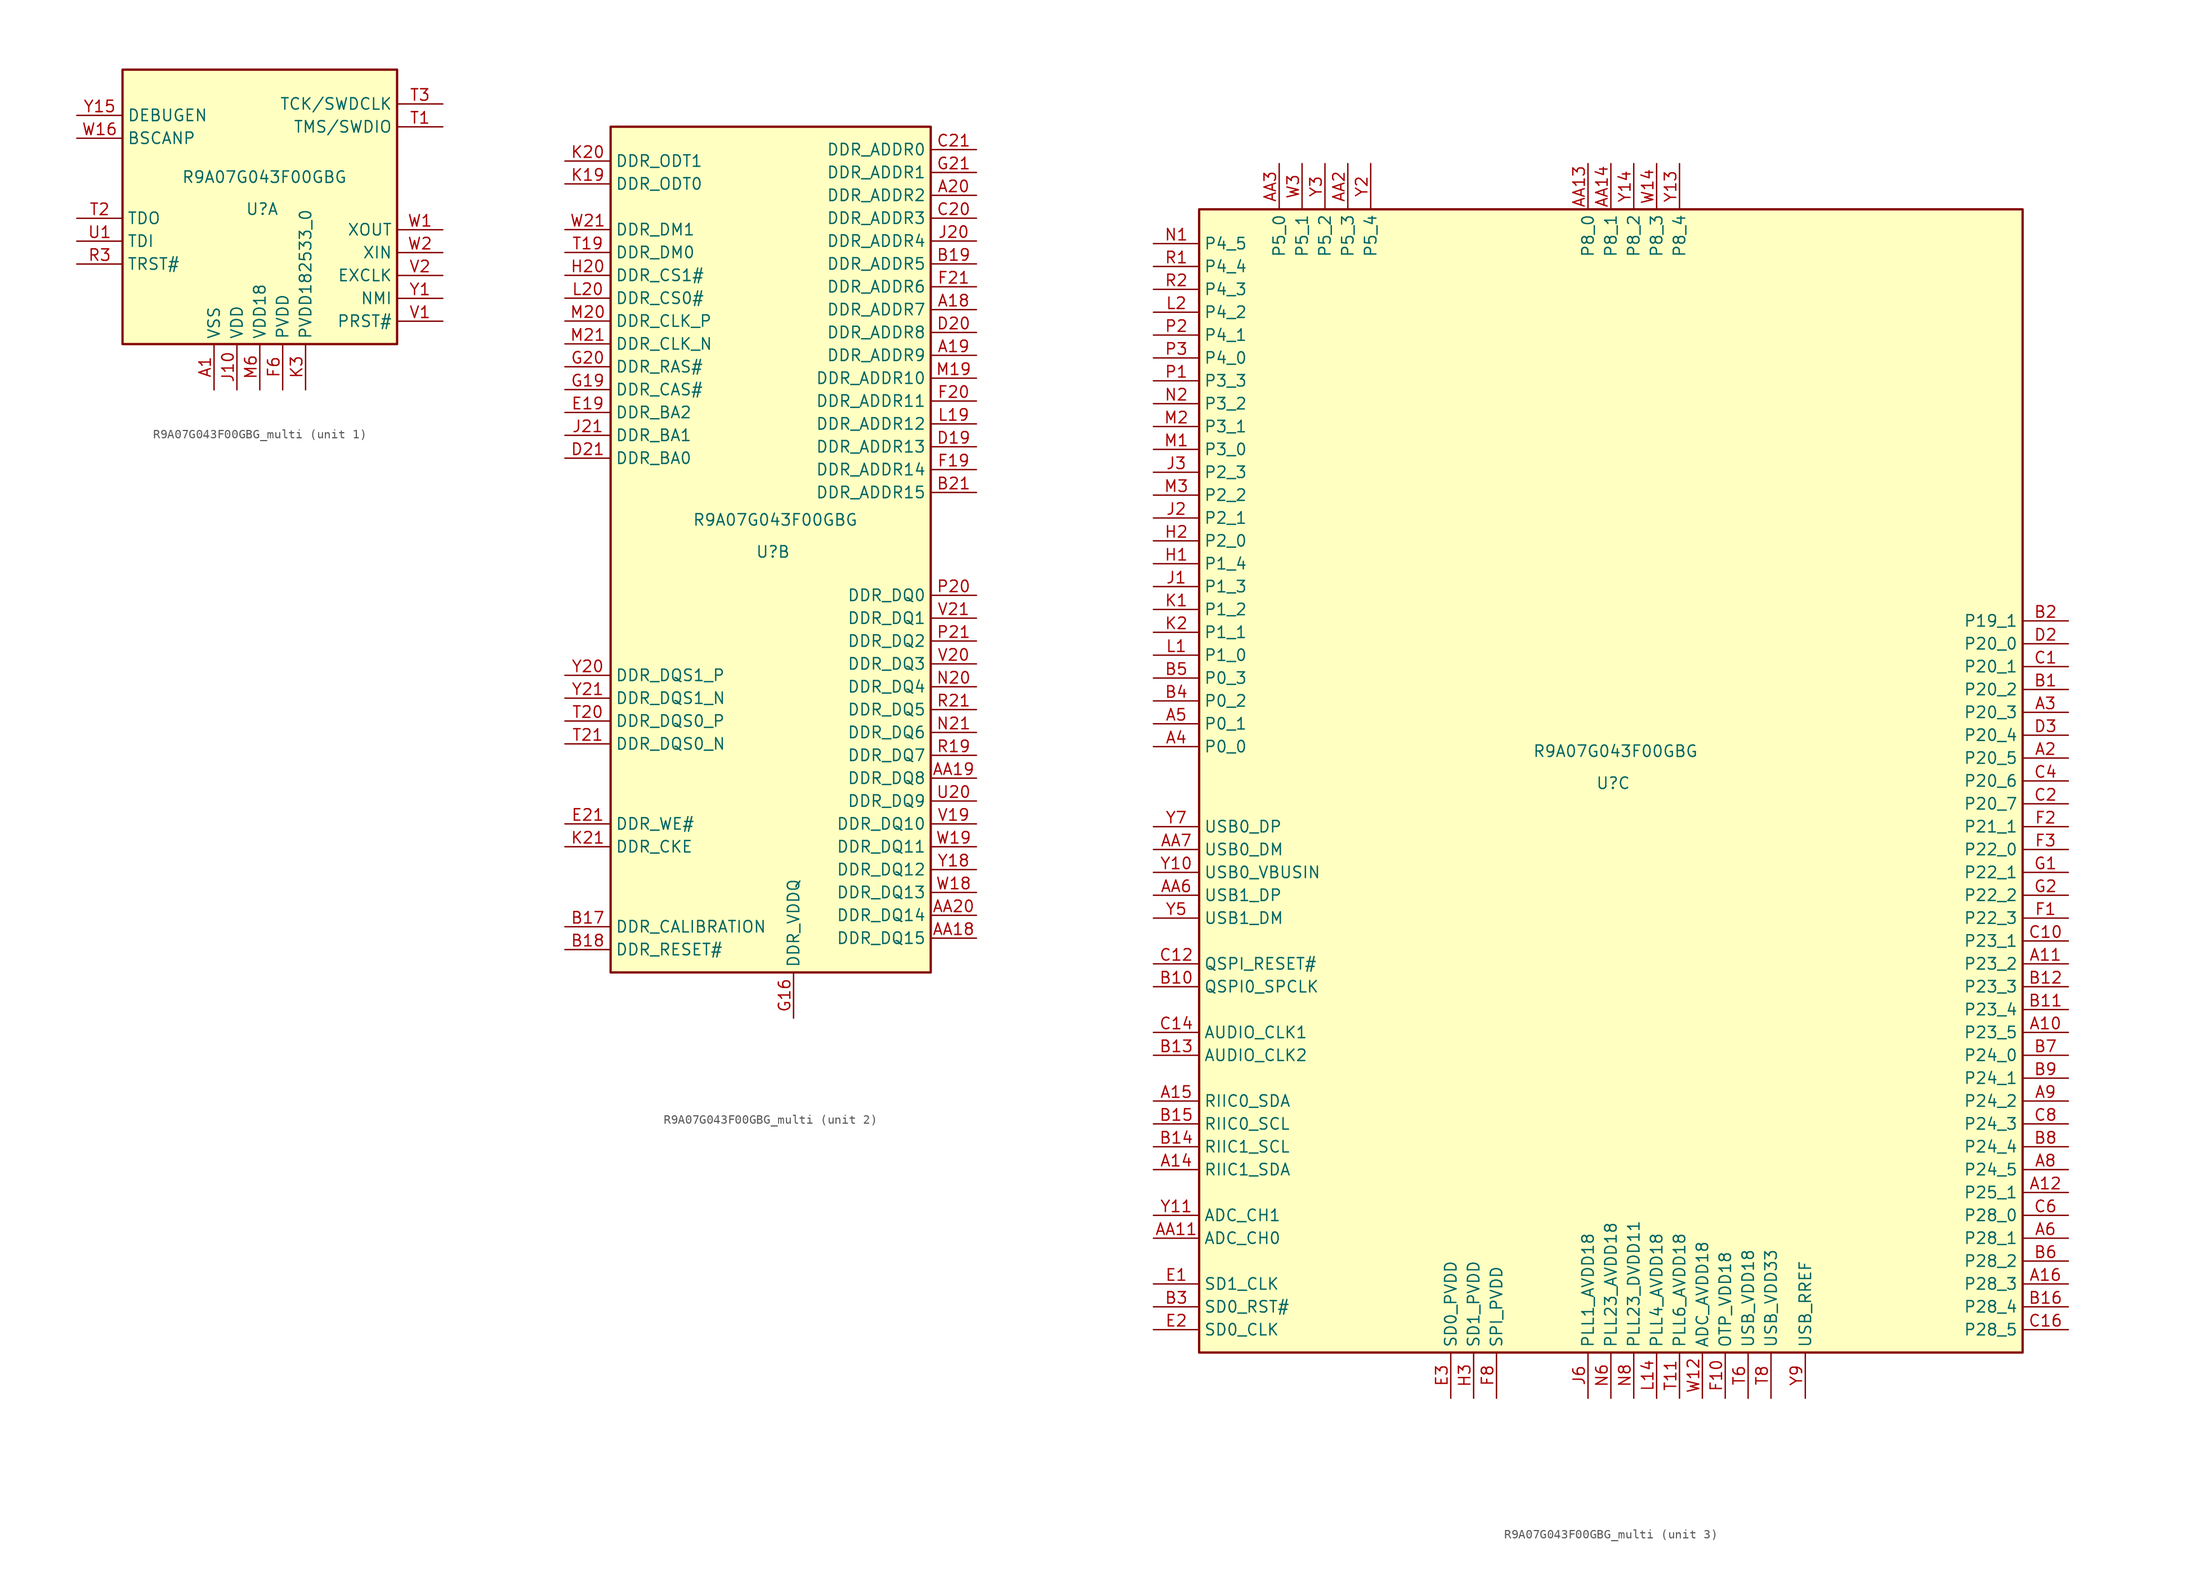
<source format=kicad_sym>
(kicad_symbol_lib
  (version 20231120)
  (generator "kicad_symbol_editor")
  (generator_version "8.0")
  (symbol "R9A07G043F00GBG_multi"
    (property "Reference" "U"
      (at 0.254 -0.254 0)
      (effects (font (size 1.27 1.27))))
    (property "Value" "R9A07G043F00GBG"
      (at 0.508 3.302 0)
      (effects (font (size 1.27 1.27))))
    (property "ki_locked" ""
      (at 0 0 0)
      (effects (font (size 1.27 1.27))))
    (symbol "R9A07G043F00GBG_multi_1_0"
      (pin power_in line (at -5.08 -20.32 90) (length 5.08) (name "VSS" (effects (font (size 1.27 1.27)))) (number "A1" (effects (font (size 1.27 1.27)))))
      (pin passive line (at -5.08 -20.32 90) (length 5.08) hide (name "VSS" (effects (font (size 1.27 1.27)))) (number "A13" (effects (font (size 1.27 1.27)))))
      (pin passive line (at -5.08 -20.32 90) (length 5.08) hide (name "VSS" (effects (font (size 1.27 1.27)))) (number "A17" (effects (font (size 1.27 1.27)))))
      (pin passive line (at -5.08 -20.32 90) (length 5.08) hide (name "VSS" (effects (font (size 1.27 1.27)))) (number "A21" (effects (font (size 1.27 1.27)))))
      (pin passive line (at -5.08 -20.32 90) (length 5.08) hide (name "VSS" (effects (font (size 1.27 1.27)))) (number "A7" (effects (font (size 1.27 1.27)))))
      (pin passive line (at -5.08 -20.32 90) (length 5.08) hide (name "VSS" (effects (font (size 1.27 1.27)))) (number "AA1" (effects (font (size 1.27 1.27)))))
      (pin passive line (at -5.08 -20.32 90) (length 5.08) hide (name "VSS" (effects (font (size 1.27 1.27)))) (number "AA10" (effects (font (size 1.27 1.27)))))
      (pin passive line (at -5.08 -20.32 90) (length 5.08) hide (name "VSS" (effects (font (size 1.27 1.27)))) (number "AA12" (effects (font (size 1.27 1.27)))))
      (pin passive line (at -5.08 -20.32 90) (length 5.08) hide (name "VSS" (effects (font (size 1.27 1.27)))) (number "AA15" (effects (font (size 1.27 1.27)))))
      (pin passive line (at -5.08 -20.32 90) (length 5.08) hide (name "VSS" (effects (font (size 1.27 1.27)))) (number "AA16" (effects (font (size 1.27 1.27)))))
      (pin passive line (at -5.08 -20.32 90) (length 5.08) hide (name "VSS" (effects (font (size 1.27 1.27)))) (number "AA17" (effects (font (size 1.27 1.27)))))
      (pin passive line (at -5.08 -20.32 90) (length 5.08) hide (name "VSS" (effects (font (size 1.27 1.27)))) (number "AA21" (effects (font (size 1.27 1.27)))))
      (pin passive line (at -5.08 -20.32 90) (length 5.08) hide (name "VSS" (effects (font (size 1.27 1.27)))) (number "AA4" (effects (font (size 1.27 1.27)))))
      (pin passive line (at -5.08 -20.32 90) (length 5.08) hide (name "VSS" (effects (font (size 1.27 1.27)))) (number "AA5" (effects (font (size 1.27 1.27)))))
      (pin passive line (at -5.08 -20.32 90) (length 5.08) hide (name "VSS" (effects (font (size 1.27 1.27)))) (number "AA8" (effects (font (size 1.27 1.27)))))
      (pin passive line (at -5.08 -20.32 90) (length 5.08) hide (name "VSS" (effects (font (size 1.27 1.27)))) (number "AA9" (effects (font (size 1.27 1.27)))))
      (pin passive line (at -5.08 -20.32 90) (length 5.08) hide (name "VSS" (effects (font (size 1.27 1.27)))) (number "B20" (effects (font (size 1.27 1.27)))))
      (pin passive line (at -5.08 -20.32 90) (length 5.08) hide (name "VSS" (effects (font (size 1.27 1.27)))) (number "C18" (effects (font (size 1.27 1.27)))))
      (pin passive line (at -5.08 -20.32 90) (length 5.08) hide (name "VSS" (effects (font (size 1.27 1.27)))) (number "C19" (effects (font (size 1.27 1.27)))))
      (pin passive line (at -5.08 -20.32 90) (length 5.08) hide (name "VSS" (effects (font (size 1.27 1.27)))) (number "C3" (effects (font (size 1.27 1.27)))))
      (pin passive line (at -5.08 -20.32 90) (length 5.08) hide (name "VSS" (effects (font (size 1.27 1.27)))) (number "D1" (effects (font (size 1.27 1.27)))))
      (pin passive line (at -5.08 -20.32 90) (length 5.08) hide (name "VSS" (effects (font (size 1.27 1.27)))) (number "E20" (effects (font (size 1.27 1.27)))))
      (pin passive line (at -5.08 -20.32 90) (length 5.08) hide (name "VSS" (effects (font (size 1.27 1.27)))) (number "F11" (effects (font (size 1.27 1.27)))))
      (pin passive line (at 2.54 -20.32 90) (length 5.08) hide (name "PVDD" (effects (font (size 1.27 1.27)))) (number "F12" (effects (font (size 1.27 1.27)))))
      (pin passive line (at -5.08 -20.32 90) (length 5.08) hide (name "VSS" (effects (font (size 1.27 1.27)))) (number "F13" (effects (font (size 1.27 1.27)))))
      (pin passive line (at 2.54 -20.32 90) (length 5.08) hide (name "PVDD" (effects (font (size 1.27 1.27)))) (number "F14" (effects (font (size 1.27 1.27)))))
      (pin passive line (at -5.08 -20.32 90) (length 5.08) hide (name "VSS" (effects (font (size 1.27 1.27)))) (number "F15" (effects (font (size 1.27 1.27)))))
      (pin passive line (at -5.08 -20.32 90) (length 5.08) hide (name "VSS" (effects (font (size 1.27 1.27)))) (number "F16" (effects (font (size 1.27 1.27)))))
      (pin power_in line (at 2.54 -20.32 90) (length 5.08) (name "PVDD" (effects (font (size 1.27 1.27)))) (number "F6" (effects (font (size 1.27 1.27)))))
      (pin passive line (at -5.08 -20.32 90) (length 5.08) hide (name "VSS" (effects (font (size 1.27 1.27)))) (number "F7" (effects (font (size 1.27 1.27)))))
      (pin passive line (at -5.08 -20.32 90) (length 5.08) hide (name "VSS" (effects (font (size 1.27 1.27)))) (number "F9" (effects (font (size 1.27 1.27)))))
      (pin passive line (at -5.08 -20.32 90) (length 5.08) hide (name "VSS" (effects (font (size 1.27 1.27)))) (number "G3" (effects (font (size 1.27 1.27)))))
      (pin passive line (at -5.08 -20.32 90) (length 5.08) hide (name "VSS" (effects (font (size 1.27 1.27)))) (number "G6" (effects (font (size 1.27 1.27)))))
      (pin passive line (at -5.08 -20.32 90) (length 5.08) hide (name "VSS" (effects (font (size 1.27 1.27)))) (number "H11" (effects (font (size 1.27 1.27)))))
      (pin passive line (at -5.08 -20.32 90) (length 5.08) hide (name "VSS" (effects (font (size 1.27 1.27)))) (number "H13" (effects (font (size 1.27 1.27)))))
      (pin passive line (at -5.08 -20.32 90) (length 5.08) hide (name "VSS" (effects (font (size 1.27 1.27)))) (number "H16" (effects (font (size 1.27 1.27)))))
      (pin passive line (at -5.08 -20.32 90) (length 5.08) hide (name "VSS" (effects (font (size 1.27 1.27)))) (number "H19" (effects (font (size 1.27 1.27)))))
      (pin passive line (at -5.08 -20.32 90) (length 5.08) hide (name "VSS" (effects (font (size 1.27 1.27)))) (number "H21" (effects (font (size 1.27 1.27)))))
      (pin passive line (at -5.08 -20.32 90) (length 5.08) hide (name "VSS" (effects (font (size 1.27 1.27)))) (number "H6" (effects (font (size 1.27 1.27)))))
      (pin passive line (at -5.08 -20.32 90) (length 5.08) hide (name "VSS" (effects (font (size 1.27 1.27)))) (number "H9" (effects (font (size 1.27 1.27)))))
      (pin power_in line (at -2.54 -20.32 90) (length 5.08) (name "VDD" (effects (font (size 1.27 1.27)))) (number "J10" (effects (font (size 1.27 1.27)))))
      (pin passive line (at -5.08 -20.32 90) (length 5.08) hide (name "VSS" (effects (font (size 1.27 1.27)))) (number "J12" (effects (font (size 1.27 1.27)))))
      (pin passive line (at -2.54 -20.32 90) (length 5.08) hide (name "VDD" (effects (font (size 1.27 1.27)))) (number "J14" (effects (font (size 1.27 1.27)))))
      (pin passive line (at -5.08 -20.32 90) (length 5.08) hide (name "VSS" (effects (font (size 1.27 1.27)))) (number "J19" (effects (font (size 1.27 1.27)))))
      (pin passive line (at -5.08 -20.32 90) (length 5.08) hide (name "VSS" (effects (font (size 1.27 1.27)))) (number "J8" (effects (font (size 1.27 1.27)))))
      (pin passive line (at -2.54 -20.32 90) (length 5.08) hide (name "VDD" (effects (font (size 1.27 1.27)))) (number "K11" (effects (font (size 1.27 1.27)))))
      (pin passive line (at -2.54 -20.32 90) (length 5.08) hide (name "VDD" (effects (font (size 1.27 1.27)))) (number "K13" (effects (font (size 1.27 1.27)))))
      (pin passive line (at -5.08 -20.32 90) (length 5.08) hide (name "VSS" (effects (font (size 1.27 1.27)))) (number "K16" (effects (font (size 1.27 1.27)))))
      (pin power_in line (at 5.08 -20.32 90) (length 5.08) (name "PVDD182533_0" (effects (font (size 1.27 1.27)))) (number "K3" (effects (font (size 1.27 1.27)))))
      (pin passive line (at -5.08 -20.32 90) (length 5.08) hide (name "VSS" (effects (font (size 1.27 1.27)))) (number "K6" (effects (font (size 1.27 1.27)))))
      (pin passive line (at -2.54 -20.32 90) (length 5.08) hide (name "VDD" (effects (font (size 1.27 1.27)))) (number "K9" (effects (font (size 1.27 1.27)))))
      (pin passive line (at -2.54 -20.32 90) (length 5.08) hide (name "VDD" (effects (font (size 1.27 1.27)))) (number "L10" (effects (font (size 1.27 1.27)))))
      (pin passive line (at -2.54 -20.32 90) (length 5.08) hide (name "VDD" (effects (font (size 1.27 1.27)))) (number "L12" (effects (font (size 1.27 1.27)))))
      (pin passive line (at -5.08 -20.32 90) (length 5.08) hide (name "VSS" (effects (font (size 1.27 1.27)))) (number "L21" (effects (font (size 1.27 1.27)))))
      (pin passive line (at -5.08 -20.32 90) (length 5.08) hide (name "VSS" (effects (font (size 1.27 1.27)))) (number "L3" (effects (font (size 1.27 1.27)))))
      (pin passive line (at -5.08 -20.32 90) (length 5.08) hide (name "VSS" (effects (font (size 1.27 1.27)))) (number "L6" (effects (font (size 1.27 1.27)))))
      (pin passive line (at -5.08 -20.32 90) (length 5.08) hide (name "VSS" (effects (font (size 1.27 1.27)))) (number "L8" (effects (font (size 1.27 1.27)))))
      (pin passive line (at -2.54 -20.32 90) (length 5.08) hide (name "VDD" (effects (font (size 1.27 1.27)))) (number "M11" (effects (font (size 1.27 1.27)))))
      (pin passive line (at -2.54 -20.32 90) (length 5.08) hide (name "VDD" (effects (font (size 1.27 1.27)))) (number "M13" (effects (font (size 1.27 1.27)))))
      (pin passive line (at -5.08 -20.32 90) (length 5.08) hide (name "VSS" (effects (font (size 1.27 1.27)))) (number "M16" (effects (font (size 1.27 1.27)))))
      (pin power_in line (at 0 -20.32 90) (length 5.08) (name "VDD18" (effects (font (size 1.27 1.27)))) (number "M6" (effects (font (size 1.27 1.27)))))
      (pin passive line (at -2.54 -20.32 90) (length 5.08) hide (name "VDD" (effects (font (size 1.27 1.27)))) (number "M9" (effects (font (size 1.27 1.27)))))
      (pin passive line (at -2.54 -20.32 90) (length 5.08) hide (name "VDD" (effects (font (size 1.27 1.27)))) (number "N10" (effects (font (size 1.27 1.27)))))
      (pin passive line (at -2.54 -20.32 90) (length 5.08) hide (name "VDD" (effects (font (size 1.27 1.27)))) (number "N12" (effects (font (size 1.27 1.27)))))
      (pin passive line (at -5.08 -20.32 90) (length 5.08) hide (name "VSS" (effects (font (size 1.27 1.27)))) (number "N14" (effects (font (size 1.27 1.27)))))
      (pin passive line (at -5.08 -20.32 90) (length 5.08) hide (name "VSS" (effects (font (size 1.27 1.27)))) (number "N19" (effects (font (size 1.27 1.27)))))
      (pin passive line (at -5.08 -20.32 90) (length 5.08) hide (name "VSS" (effects (font (size 1.27 1.27)))) (number "N3" (effects (font (size 1.27 1.27)))))
      (pin passive line (at -5.08 -20.32 90) (length 5.08) hide (name "VSS" (effects (font (size 1.27 1.27)))) (number "P11" (effects (font (size 1.27 1.27)))))
      (pin passive line (at -5.08 -20.32 90) (length 5.08) hide (name "VSS" (effects (font (size 1.27 1.27)))) (number "P13" (effects (font (size 1.27 1.27)))))
      (pin passive line (at -5.08 -20.32 90) (length 5.08) hide (name "VSS" (effects (font (size 1.27 1.27)))) (number "P16" (effects (font (size 1.27 1.27)))))
      (pin passive line (at -5.08 -20.32 90) (length 5.08) hide (name "VSS" (effects (font (size 1.27 1.27)))) (number "P19" (effects (font (size 1.27 1.27)))))
      (pin passive line (at -5.08 -20.32 90) (length 5.08) hide (name "VSS" (effects (font (size 1.27 1.27)))) (number "P6" (effects (font (size 1.27 1.27)))))
      (pin passive line (at -5.08 -20.32 90) (length 5.08) hide (name "VSS" (effects (font (size 1.27 1.27)))) (number "P9" (effects (font (size 1.27 1.27)))))
      (pin passive line (at -5.08 -20.32 90) (length 5.08) hide (name "VSS" (effects (font (size 1.27 1.27)))) (number "R20" (effects (font (size 1.27 1.27)))))
      (pin passive line (at -5.08 -20.32 90) (length 5.08) hide (name "VSS" (effects (font (size 1.27 1.27)))) (number "R6" (effects (font (size 1.27 1.27)))))
      (pin passive line (at -5.08 -20.32 90) (length 5.08) hide (name "VSS" (effects (font (size 1.27 1.27)))) (number "T10" (effects (font (size 1.27 1.27)))))
      (pin passive line (at -5.08 -20.32 90) (length 5.08) hide (name "VSS" (effects (font (size 1.27 1.27)))) (number "T12" (effects (font (size 1.27 1.27)))))
      (pin passive line (at 2.54 -20.32 90) (length 5.08) hide (name "PVDD" (effects (font (size 1.27 1.27)))) (number "T13" (effects (font (size 1.27 1.27)))))
      (pin passive line (at -5.08 -20.32 90) (length 5.08) hide (name "VSS" (effects (font (size 1.27 1.27)))) (number "T14" (effects (font (size 1.27 1.27)))))
      (pin passive line (at 2.54 -20.32 90) (length 5.08) hide (name "PVDD" (effects (font (size 1.27 1.27)))) (number "T15" (effects (font (size 1.27 1.27)))))
      (pin passive line (at -5.08 -20.32 90) (length 5.08) hide (name "VSS" (effects (font (size 1.27 1.27)))) (number "T16" (effects (font (size 1.27 1.27)))))
      (pin passive line (at -5.08 -20.32 90) (length 5.08) hide (name "VSS" (effects (font (size 1.27 1.27)))) (number "U19" (effects (font (size 1.27 1.27)))))
      (pin passive line (at -5.08 -20.32 90) (length 5.08) hide (name "VSS" (effects (font (size 1.27 1.27)))) (number "U2" (effects (font (size 1.27 1.27)))))
      (pin passive line (at -5.08 -20.32 90) (length 5.08) hide (name "VSS" (effects (font (size 1.27 1.27)))) (number "U21" (effects (font (size 1.27 1.27)))))
      (pin passive line (at -5.08 -20.32 90) (length 5.08) hide (name "VSS" (effects (font (size 1.27 1.27)))) (number "U3" (effects (font (size 1.27 1.27)))))
      (pin passive line (at -5.08 -20.32 90) (length 5.08) hide (name "VSS" (effects (font (size 1.27 1.27)))) (number "V3" (effects (font (size 1.27 1.27)))))
      (pin passive line (at 2.54 -20.32 90) (length 5.08) hide (name "PVDD" (effects (font (size 1.27 1.27)))) (number "W10" (effects (font (size 1.27 1.27)))))
      (pin passive line (at -5.08 -20.32 90) (length 5.08) hide (name "VSS" (effects (font (size 1.27 1.27)))) (number "W20" (effects (font (size 1.27 1.27)))))
      (pin passive line (at 2.54 -20.32 90) (length 5.08) hide (name "PVDD" (effects (font (size 1.27 1.27)))) (number "W4" (effects (font (size 1.27 1.27)))))
      (pin passive line (at 0 -20.32 90) (length 5.08) hide (name "VDD18" (effects (font (size 1.27 1.27)))) (number "W8" (effects (font (size 1.27 1.27)))))
      (pin passive line (at -5.08 -20.32 90) (length 5.08) hide (name "VSS" (effects (font (size 1.27 1.27)))) (number "Y12" (effects (font (size 1.27 1.27)))))
      (pin passive line (at -5.08 -20.32 90) (length 5.08) hide (name "VSS" (effects (font (size 1.27 1.27)))) (number "Y17" (effects (font (size 1.27 1.27)))))
      (pin passive line (at -5.08 -20.32 90) (length 5.08) hide (name "VSS" (effects (font (size 1.27 1.27)))) (number "Y19" (effects (font (size 1.27 1.27)))))
      (pin passive line (at -5.08 -20.32 90) (length 5.08) hide (name "VSS" (effects (font (size 1.27 1.27)))) (number "Y4" (effects (font (size 1.27 1.27)))))
      (pin passive line (at -5.08 -20.32 90) (length 5.08) hide (name "VSS" (effects (font (size 1.27 1.27)))) (number "Y6" (effects (font (size 1.27 1.27)))))
      (pin passive line (at -5.08 -20.32 90) (length 5.08) hide (name "VSS" (effects (font (size 1.27 1.27)))) (number "Y8" (effects (font (size 1.27 1.27))))))
    (symbol "R9A07G043F00GBG_multi_1_1"
      (rectangle (start -15.24 15.24) (end 15.24 -15.24) (stroke (width 0.254) (type default)) (fill (type background)))
      (pin input line (at -20.32 -6.35 0) (length 5.08) (name "TRST#" (effects (font (size 1.27 1.27)))) (number "R3" (effects (font (size 1.27 1.27)))))
      (pin bidirectional line (at 20.32 8.89 180) (length 5.08) (name "TMS/SWDIO" (effects (font (size 1.27 1.27)))) (number "T1" (effects (font (size 1.27 1.27)))))
      (pin output line (at -20.32 -1.27 0) (length 5.08) (name "TDO" (effects (font (size 1.27 1.27)))) (number "T2" (effects (font (size 1.27 1.27)))))
      (pin input line (at 20.32 11.43 180) (length 5.08) (name "TCK/SWDCLK" (effects (font (size 1.27 1.27)))) (number "T3" (effects (font (size 1.27 1.27)))))
      (pin input line (at -20.32 -3.81 0) (length 5.08) (name "TDI" (effects (font (size 1.27 1.27)))) (number "U1" (effects (font (size 1.27 1.27)))))
      (pin input line (at 20.32 -12.7 180) (length 5.08) (name "PRST#" (effects (font (size 1.27 1.27)))) (number "V1" (effects (font (size 1.27 1.27)))))
      (pin input line (at 20.32 -7.62 180) (length 5.08) (name "EXCLK" (effects (font (size 1.27 1.27)))) (number "V2" (effects (font (size 1.27 1.27)))))
      (pin output line (at 20.32 -2.54 180) (length 5.08) (name "XOUT" (effects (font (size 1.27 1.27)))) (number "W1" (effects (font (size 1.27 1.27)))))
      (pin input line (at -20.32 7.62 0) (length 5.08) (name "BSCANP" (effects (font (size 1.27 1.27)))) (number "W16" (effects (font (size 1.27 1.27)))))
      (pin input line (at 20.32 -5.08 180) (length 5.08) (name "XIN" (effects (font (size 1.27 1.27)))) (number "W2" (effects (font (size 1.27 1.27)))))
      (pin input line (at 20.32 -10.16 180) (length 5.08) (name "NMI" (effects (font (size 1.27 1.27)))) (number "Y1" (effects (font (size 1.27 1.27)))))
      (pin input line (at -20.32 10.16 0) (length 5.08) (name "DEBUGEN" (effects (font (size 1.27 1.27)))) (number "Y15" (effects (font (size 1.27 1.27)))))
      (pin passive line (at -5.08 -20.32 90) (length 5.08) hide (name "VSS" (effects (font (size 1.27 1.27)))) (number "Y16" (effects (font (size 1.27 1.27))))))
    (symbol "R9A07G043F00GBG_multi_2_0"
      (pin output line (at 22.86 26.67 180) (length 5.08) (name "DDR_ADDR7" (effects (font (size 1.27 1.27)))) (number "A18" (effects (font (size 1.27 1.27)))))
      (pin output line (at 22.86 21.59 180) (length 5.08) (name "DDR_ADDR9" (effects (font (size 1.27 1.27)))) (number "A19" (effects (font (size 1.27 1.27)))))
      (pin output line (at 22.86 39.37 180) (length 5.08) (name "DDR_ADDR2" (effects (font (size 1.27 1.27)))) (number "A20" (effects (font (size 1.27 1.27)))))
      (pin bidirectional line (at 22.86 -43.18 180) (length 5.08) (name "DDR_DQ15" (effects (font (size 1.27 1.27)))) (number "AA18" (effects (font (size 1.27 1.27)))))
      (pin bidirectional line (at 22.86 -25.4 180) (length 5.08) (name "DDR_DQ8" (effects (font (size 1.27 1.27)))) (number "AA19" (effects (font (size 1.27 1.27)))))
      (pin bidirectional line (at 22.86 -40.64 180) (length 5.08) (name "DDR_DQ14" (effects (font (size 1.27 1.27)))) (number "AA20" (effects (font (size 1.27 1.27)))))
      (pin bidirectional line (at -22.86 -41.91 0) (length 5.08) (name "DDR_CALIBRATION" (effects (font (size 1.27 1.27)))) (number "B17" (effects (font (size 1.27 1.27)))))
      (pin output line (at -22.86 -44.45 0) (length 5.08) (name "DDR_RESET#" (effects (font (size 1.27 1.27)))) (number "B18" (effects (font (size 1.27 1.27)))))
      (pin output line (at 22.86 31.75 180) (length 5.08) (name "DDR_ADDR5" (effects (font (size 1.27 1.27)))) (number "B19" (effects (font (size 1.27 1.27)))))
      (pin output line (at 22.86 6.35 180) (length 5.08) (name "DDR_ADDR15" (effects (font (size 1.27 1.27)))) (number "B21" (effects (font (size 1.27 1.27)))))
      (pin output line (at 22.86 36.83 180) (length 5.08) (name "DDR_ADDR3" (effects (font (size 1.27 1.27)))) (number "C20" (effects (font (size 1.27 1.27)))))
      (pin output line (at 22.86 44.45 180) (length 5.08) (name "DDR_ADDR0" (effects (font (size 1.27 1.27)))) (number "C21" (effects (font (size 1.27 1.27)))))
      (pin output line (at 22.86 11.43 180) (length 5.08) (name "DDR_ADDR13" (effects (font (size 1.27 1.27)))) (number "D19" (effects (font (size 1.27 1.27)))))
      (pin output line (at 22.86 24.13 180) (length 5.08) (name "DDR_ADDR8" (effects (font (size 1.27 1.27)))) (number "D20" (effects (font (size 1.27 1.27)))))
      (pin output line (at -22.86 10.16 0) (length 5.08) (name "DDR_BA0" (effects (font (size 1.27 1.27)))) (number "D21" (effects (font (size 1.27 1.27)))))
      (pin output line (at -22.86 15.24 0) (length 5.08) (name "DDR_BA2" (effects (font (size 1.27 1.27)))) (number "E19" (effects (font (size 1.27 1.27)))))
      (pin output line (at -22.86 -30.48 0) (length 5.08) (name "DDR_WE#" (effects (font (size 1.27 1.27)))) (number "E21" (effects (font (size 1.27 1.27)))))
      (pin output line (at 22.86 8.89 180) (length 5.08) (name "DDR_ADDR14" (effects (font (size 1.27 1.27)))) (number "F19" (effects (font (size 1.27 1.27)))))
      (pin output line (at 22.86 16.51 180) (length 5.08) (name "DDR_ADDR11" (effects (font (size 1.27 1.27)))) (number "F20" (effects (font (size 1.27 1.27)))))
      (pin output line (at 22.86 29.21 180) (length 5.08) (name "DDR_ADDR6" (effects (font (size 1.27 1.27)))) (number "F21" (effects (font (size 1.27 1.27)))))
      (pin power_in line (at 2.54 -52.07 90) (length 5.08) (name "DDR_VDDQ" (effects (font (size 1.27 1.27)))) (number "G16" (effects (font (size 1.27 1.27)))))
      (pin output line (at -22.86 17.78 0) (length 5.08) (name "DDR_CAS#" (effects (font (size 1.27 1.27)))) (number "G19" (effects (font (size 1.27 1.27)))))
      (pin output line (at -22.86 20.32 0) (length 5.08) (name "DDR_RAS#" (effects (font (size 1.27 1.27)))) (number "G20" (effects (font (size 1.27 1.27)))))
      (pin output line (at 22.86 41.91 180) (length 5.08) (name "DDR_ADDR1" (effects (font (size 1.27 1.27)))) (number "G21" (effects (font (size 1.27 1.27)))))
      (pin output line (at -22.86 30.48 0) (length 5.08) (name "DDR_CS1#" (effects (font (size 1.27 1.27)))) (number "H20" (effects (font (size 1.27 1.27)))))
      (pin passive line (at 2.54 -52.07 90) (length 5.08) hide (name "DDR_VDDQ" (effects (font (size 1.27 1.27)))) (number "J16" (effects (font (size 1.27 1.27)))))
      (pin output line (at 22.86 34.29 180) (length 5.08) (name "DDR_ADDR4" (effects (font (size 1.27 1.27)))) (number "J20" (effects (font (size 1.27 1.27)))))
      (pin output line (at -22.86 12.7 0) (length 5.08) (name "DDR_BA1" (effects (font (size 1.27 1.27)))) (number "J21" (effects (font (size 1.27 1.27)))))
      (pin output line (at -22.86 40.64 0) (length 5.08) (name "DDR_ODT0" (effects (font (size 1.27 1.27)))) (number "K19" (effects (font (size 1.27 1.27)))))
      (pin output line (at -22.86 43.18 0) (length 5.08) (name "DDR_ODT1" (effects (font (size 1.27 1.27)))) (number "K20" (effects (font (size 1.27 1.27)))))
      (pin output line (at -22.86 -33.02 0) (length 5.08) (name "DDR_CKE" (effects (font (size 1.27 1.27)))) (number "K21" (effects (font (size 1.27 1.27)))))
      (pin passive line (at 2.54 -52.07 90) (length 5.08) hide (name "DDR_VDDQ" (effects (font (size 1.27 1.27)))) (number "L16" (effects (font (size 1.27 1.27)))))
      (pin output line (at 22.86 13.97 180) (length 5.08) (name "DDR_ADDR12" (effects (font (size 1.27 1.27)))) (number "L19" (effects (font (size 1.27 1.27)))))
      (pin output line (at -22.86 27.94 0) (length 5.08) (name "DDR_CS0#" (effects (font (size 1.27 1.27)))) (number "L20" (effects (font (size 1.27 1.27)))))
      (pin output line (at 22.86 19.05 180) (length 5.08) (name "DDR_ADDR10" (effects (font (size 1.27 1.27)))) (number "M19" (effects (font (size 1.27 1.27)))))
      (pin output line (at -22.86 25.4 0) (length 5.08) (name "DDR_CLK_P" (effects (font (size 1.27 1.27)))) (number "M20" (effects (font (size 1.27 1.27)))))
      (pin output line (at -22.86 22.86 0) (length 5.08) (name "DDR_CLK_N" (effects (font (size 1.27 1.27)))) (number "M21" (effects (font (size 1.27 1.27)))))
      (pin passive line (at 2.54 -52.07 90) (length 5.08) hide (name "DDR_VDDQ" (effects (font (size 1.27 1.27)))) (number "N16" (effects (font (size 1.27 1.27)))))
      (pin bidirectional line (at 22.86 -15.24 180) (length 5.08) (name "DDR_DQ4" (effects (font (size 1.27 1.27)))) (number "N20" (effects (font (size 1.27 1.27)))))
      (pin bidirectional line (at 22.86 -20.32 180) (length 5.08) (name "DDR_DQ6" (effects (font (size 1.27 1.27)))) (number "N21" (effects (font (size 1.27 1.27)))))
      (pin bidirectional line (at 22.86 -5.08 180) (length 5.08) (name "DDR_DQ0" (effects (font (size 1.27 1.27)))) (number "P20" (effects (font (size 1.27 1.27)))))
      (pin bidirectional line (at 22.86 -10.16 180) (length 5.08) (name "DDR_DQ2" (effects (font (size 1.27 1.27)))) (number "P21" (effects (font (size 1.27 1.27)))))
      (pin passive line (at 2.54 -52.07 90) (length 5.08) hide (name "DDR_VDDQ" (effects (font (size 1.27 1.27)))) (number "R16" (effects (font (size 1.27 1.27)))))
      (pin bidirectional line (at 22.86 -22.86 180) (length 5.08) (name "DDR_DQ7" (effects (font (size 1.27 1.27)))) (number "R19" (effects (font (size 1.27 1.27)))))
      (pin bidirectional line (at 22.86 -17.78 180) (length 5.08) (name "DDR_DQ5" (effects (font (size 1.27 1.27)))) (number "R21" (effects (font (size 1.27 1.27)))))
      (pin output line (at -22.86 33.02 0) (length 5.08) (name "DDR_DM0" (effects (font (size 1.27 1.27)))) (number "T19" (effects (font (size 1.27 1.27)))))
      (pin bidirectional line (at -22.86 -19.05 0) (length 5.08) (name "DDR_DQS0_P" (effects (font (size 1.27 1.27)))) (number "T20" (effects (font (size 1.27 1.27)))))
      (pin bidirectional line (at -22.86 -21.59 0) (length 5.08) (name "DDR_DQS0_N" (effects (font (size 1.27 1.27)))) (number "T21" (effects (font (size 1.27 1.27)))))
      (pin bidirectional line (at 22.86 -27.94 180) (length 5.08) (name "DDR_DQ9" (effects (font (size 1.27 1.27)))) (number "U20" (effects (font (size 1.27 1.27)))))
      (pin bidirectional line (at 22.86 -30.48 180) (length 5.08) (name "DDR_DQ10" (effects (font (size 1.27 1.27)))) (number "V19" (effects (font (size 1.27 1.27)))))
      (pin bidirectional line (at 22.86 -12.7 180) (length 5.08) (name "DDR_DQ3" (effects (font (size 1.27 1.27)))) (number "V20" (effects (font (size 1.27 1.27)))))
      (pin bidirectional line (at 22.86 -7.62 180) (length 5.08) (name "DDR_DQ1" (effects (font (size 1.27 1.27)))) (number "V21" (effects (font (size 1.27 1.27)))))
      (pin bidirectional line (at 22.86 -38.1 180) (length 5.08) (name "DDR_DQ13" (effects (font (size 1.27 1.27)))) (number "W18" (effects (font (size 1.27 1.27)))))
      (pin bidirectional line (at 22.86 -33.02 180) (length 5.08) (name "DDR_DQ11" (effects (font (size 1.27 1.27)))) (number "W19" (effects (font (size 1.27 1.27)))))
      (pin output line (at -22.86 35.56 0) (length 5.08) (name "DDR_DM1" (effects (font (size 1.27 1.27)))) (number "W21" (effects (font (size 1.27 1.27)))))
      (pin bidirectional line (at 22.86 -35.56 180) (length 5.08) (name "DDR_DQ12" (effects (font (size 1.27 1.27)))) (number "Y18" (effects (font (size 1.27 1.27)))))
      (pin bidirectional line (at -22.86 -13.97 0) (length 5.08) (name "DDR_DQS1_P" (effects (font (size 1.27 1.27)))) (number "Y20" (effects (font (size 1.27 1.27)))))
      (pin bidirectional line (at -22.86 -16.51 0) (length 5.08) (name "DDR_DQS1_N" (effects (font (size 1.27 1.27)))) (number "Y21" (effects (font (size 1.27 1.27))))))
    (symbol "R9A07G043F00GBG_multi_2_1"
      (rectangle (start -17.78 46.99) (end 17.78 -46.99) (stroke (width 0.254) (type default)) (fill (type background))))
    (symbol "R9A07G043F00GBG_multi_3_0"
      (pin bidirectional line (at -50.8 -43.18 0) (length 5.08) (name "RIIC1_SDA" (effects (font (size 1.27 1.27)))) (number "A14" (effects (font (size 1.27 1.27)))))
      (pin bidirectional line (at -50.8 -35.56 0) (length 5.08) (name "RIIC0_SDA" (effects (font (size 1.27 1.27)))) (number "A15" (effects (font (size 1.27 1.27)))))
      (pin bidirectional line (at 50.8 7.62 180) (length 5.08) (name "P20_3" (effects (font (size 1.27 1.27)))) (number "A3" (effects (font (size 1.27 1.27)))) (alternate "CAN1_TX" output line) (alternate "MTIOC3A" bidirectional line) (alternate "MTIOC6A" bidirectional line) (alternate "RSPI1_CK" bidirectional line) (alternate "SD0_DATA3" bidirectional line) (alternate "SSI1_BCK" bidirectional line))
      (pin bidirectional line (at -50.8 3.81 0) (length 5.08) (name "P0_0" (effects (font (size 1.27 1.27)))) (number "A4" (effects (font (size 1.27 1.27)))) (alternate "IRQ2" input line) (alternate "MTIOC2A" bidirectional line) (alternate "SCI0_TXD" output line) (alternate "SD0_CD" bidirectional line))
      (pin bidirectional line (at -50.8 6.35 0) (length 5.08) (name "P0_1" (effects (font (size 1.27 1.27)))) (number "A5" (effects (font (size 1.27 1.27)))) (alternate "IRQ3" input line) (alternate "MTIOC2B" input line) (alternate "RIIC3_SCL" bidirectional line) (alternate "SD0_WP" input line))
      (pin bidirectional line (at 50.8 -35.56 180) (length 5.08) (name "P24_2" (effects (font (size 1.27 1.27)))) (number "A9" (effects (font (size 1.27 1.27)))) (alternate "CAN1_TX" output line) (alternate "MTIC5U" input line) (alternate "OM_SIO4" bidirectional line) (alternate "SCI0_RXD" input line) (alternate "SCIF0_SCK" bidirectional line) (alternate "SCIF3_TXD" output line))
      (pin input line (at -50.8 -50.8 0) (length 5.08) (name "ADC_CH0" (effects (font (size 1.27 1.27)))) (number "AA11" (effects (font (size 1.27 1.27)))))
      (pin bidirectional line (at -2.54 68.58 270) (length 5.08) (name "P8_0" (effects (font (size 1.27 1.27)))) (number "AA13" (effects (font (size 1.27 1.27)))) (alternate "ET1_TXD3" output line) (alternate "IRQ1" input line) (alternate "MTIOC7A" bidirectional line) (alternate "SCI0_SCK" bidirectional line) (alternate "SCIF0_SCK" bidirectional line) (alternate "SCIF1_RXD" input line) (alternate "SSI1_BCK" bidirectional line))
      (pin bidirectional line (at 0 68.58 270) (length 5.08) (name "P8_1" (effects (font (size 1.27 1.27)))) (number "AA14" (effects (font (size 1.27 1.27)))) (alternate "ET1_TX_ERR" output line) (alternate "MTIOC7B" bidirectional line) (alternate "RSPI2_CK" bidirectional line) (alternate "SCI0_TXD" output line) (alternate "SCIF0_RXD" input line) (alternate "SCIF1_TXD" output line) (alternate "SSI1_RCK" bidirectional line))
      (pin bidirectional line (at -29.21 68.58 270) (length 5.08) (name "P5_3" (effects (font (size 1.27 1.27)))) (number "AA2" (effects (font (size 1.27 1.27)))) (alternate "MTIOC7D" bidirectional line) (alternate "RIIC2_SDA" bidirectional line) (alternate "SCIF2_CTS#" bidirectional line) (alternate "SSI2_RCK" bidirectional line) (alternate "USB0_OTG_ID" input line) (alternate "USB1_VBUSEN" output line))
      (pin bidirectional line (at -36.83 68.58 270) (length 5.08) (name "P5_0" (effects (font (size 1.27 1.27)))) (number "AA3" (effects (font (size 1.27 1.27)))) (alternate "CAN0_RX_DATARATE_EN" output line) (alternate "MTIOC7A" bidirectional line) (alternate "SCIF2_TXD" output line) (alternate "USB0_VBUSEN" output line))
      (pin bidirectional line (at 50.8 -22.86 180) (length 5.08) (name "P23_3" (effects (font (size 1.27 1.27)))) (number "B12" (effects (font (size 1.27 1.27)))) (alternate "CAN_CLK" input line) (alternate "MTIOC4A" bidirectional line) (alternate "QSPI0_IO2" bidirectional line) (alternate "SCIF1_SCK" bidirectional line) (alternate "USB1_VBUSEN" output line))
      (pin bidirectional line (at -50.8 -40.64 0) (length 5.08) (name "RIIC1_SCL" (effects (font (size 1.27 1.27)))) (number "B14" (effects (font (size 1.27 1.27)))))
      (pin bidirectional line (at -50.8 -38.1 0) (length 5.08) (name "RIIC0_SCL" (effects (font (size 1.27 1.27)))) (number "B15" (effects (font (size 1.27 1.27)))))
      (pin bidirectional line (at -50.8 8.89 0) (length 5.08) (name "P0_2" (effects (font (size 1.27 1.27)))) (number "B4" (effects (font (size 1.27 1.27)))) (alternate "IRQ0" input line) (alternate "IRQ4" input line) (alternate "MTIOC1A" bidirectional line) (alternate "RIIC2_SDA" bidirectional line) (alternate "SD1_CD" input line) (alternate "USB1_VBUSEN" output line))
      (pin bidirectional line (at -50.8 11.43 0) (length 5.08) (name "P0_3" (effects (font (size 1.27 1.27)))) (number "B5" (effects (font (size 1.27 1.27)))) (alternate "IRQ1" input line) (alternate "MTIOC1B" bidirectional line) (alternate "RIIC2_SCL" bidirectional line) (alternate "SD1_WP" input line) (alternate "USB1_OVRCUR" input line))
      (pin power_in line (at -17.78 -68.58 90) (length 5.08) (name "SD0_PVDD" (effects (font (size 1.27 1.27)))) (number "E3" (effects (font (size 1.27 1.27)))))
      (pin power_in line (at 12.7 -68.58 90) (length 5.08) (name "OTP_VDD18" (effects (font (size 1.27 1.27)))) (number "F10" (effects (font (size 1.27 1.27)))))
      (pin power_in line (at -12.7 -68.58 90) (length 5.08) (name "SPI_PVDD" (effects (font (size 1.27 1.27)))) (number "F8" (effects (font (size 1.27 1.27)))))
      (pin bidirectional line (at 50.8 -10.16 180) (length 5.08) (name "P22_1" (effects (font (size 1.27 1.27)))) (number "G1" (effects (font (size 1.27 1.27)))) (alternate "POE8#" input line) (alternate "RSPI2_MISO" bidirectional line) (alternate "SCI1_SCK" bidirectional line) (alternate "SD1_DATA1" bidirectional line) (alternate "SSI0_TXD" output line) (alternate "SSI3_TXD" output line))
      (pin bidirectional line (at -50.8 24.13 0) (length 5.08) (name "P1_4" (effects (font (size 1.27 1.27)))) (number "H1" (effects (font (size 1.27 1.27)))) (alternate "CAN1_TX" output line) (alternate "ET0_TXD2" output line) (alternate "MTCLKA" input line) (alternate "SSI0_BCK" bidirectional line))
      (pin bidirectional line (at -50.8 26.67 0) (length 5.08) (name "P2_0" (effects (font (size 1.27 1.27)))) (number "H2" (effects (font (size 1.27 1.27)))) (alternate "CAN1_TX" output line) (alternate "ET0_TXD3" output line) (alternate "MTCLKA" input line) (alternate "SSI0_BCK" bidirectional line))
      (pin power_in line (at -15.24 -68.58 90) (length 5.08) (name "SD1_PVDD" (effects (font (size 1.27 1.27)))) (number "H3" (effects (font (size 1.27 1.27)))))
      (pin bidirectional line (at -50.8 21.59 0) (length 5.08) (name "P1_3" (effects (font (size 1.27 1.27)))) (number "J1" (effects (font (size 1.27 1.27)))) (alternate "CAN0_TX_DATARATE_EN" output line) (alternate "ET0_TXD1" output line) (alternate "MTIC5V" input line) (alternate "RSPI0_SSL" bidirectional line) (alternate "SCIF2_CTS#" bidirectional line))
      (pin bidirectional line (at -50.8 29.21 0) (length 5.08) (name "P2_1" (effects (font (size 1.27 1.27)))) (number "J2" (effects (font (size 1.27 1.27)))) (alternate "CAN1_RX" input line) (alternate "ET0_TX_ERR" output line) (alternate "MTCLKB" input line) (alternate "RSPI0_CK" bidirectional line) (alternate "SCI0_SCK" bidirectional line) (alternate "SSI0_RCK" bidirectional line))
      (pin bidirectional line (at -50.8 34.29 0) (length 5.08) (name "P2_3" (effects (font (size 1.27 1.27)))) (number "J3" (effects (font (size 1.27 1.27)))) (alternate "CAN1_RX_DATARATE_EN" output line) (alternate "ET0_TX_CRS" input line) (alternate "MTCLKD" input line) (alternate "RSPI0_MISO" bidirectional line) (alternate "SCI0_RXD" input line) (alternate "SSI0_RXD" input line))
      (pin power_in line (at -2.54 -68.58 90) (length 5.08) (name "PLL1_AVDD18" (effects (font (size 1.27 1.27)))) (number "J6" (effects (font (size 1.27 1.27)))))
      (pin bidirectional line (at -50.8 19.05 0) (length 5.08) (name "P1_2" (effects (font (size 1.27 1.27)))) (number "K1" (effects (font (size 1.27 1.27)))) (alternate "CAN0_RX" input line) (alternate "ET0_TXD0" output line) (alternate "MTIC5U" input line) (alternate "RSPI0_MISO" bidirectional line) (alternate "SCIF2_SCK" bidirectional line))
      (pin bidirectional line (at -50.8 16.51 0) (length 5.08) (name "P1_1" (effects (font (size 1.27 1.27)))) (number "K2" (effects (font (size 1.27 1.27)))) (alternate "CAN0_TX" output line) (alternate "ET0_TX_CTL/TX_EN" output line) (alternate "MTIOC1B" bidirectional line) (alternate "RSPI0_MOSI" bidirectional line) (alternate "SCIF2_RXD" input line))
      (pin bidirectional line (at -50.8 13.97 0) (length 5.08) (name "P1_0" (effects (font (size 1.27 1.27)))) (number "L1" (effects (font (size 1.27 1.27)))) (alternate "CAN_CLK" input line) (alternate "ET0_TXC/TX_CLK" bidirectional line) (alternate "MTIOC1A" bidirectional line) (alternate "RSPI0_CK" bidirectional line) (alternate "SCIF2_TXD" output line))
      (pin power_in line (at 5.08 -68.58 90) (length 5.08) (name "PLL4_AVDD18" (effects (font (size 1.27 1.27)))) (number "L14" (effects (font (size 1.27 1.27)))))
      (pin bidirectional line (at -50.8 52.07 0) (length 5.08) (name "P4_2" (effects (font (size 1.27 1.27)))) (number "L2" (effects (font (size 1.27 1.27)))) (alternate "CAN_CLK" input line) (alternate "ET0_RX_ERR" input line) (alternate "MTIOC3A" bidirectional line) (alternate "MTIOC8C" bidirectional line) (alternate "RSPI1_MISO" bidirectional line))
      (pin bidirectional line (at -50.8 36.83 0) (length 5.08) (name "P3_0" (effects (font (size 1.27 1.27)))) (number "M1" (effects (font (size 1.27 1.27)))) (alternate "ET0_RXC/RX_CLK" input line) (alternate "MTIOC0A" bidirectional line) (alternate "POE0#" input line) (alternate "SSI1_BCK" bidirectional line))
      (pin bidirectional line (at -50.8 39.37 0) (length 5.08) (name "P3_1" (effects (font (size 1.27 1.27)))) (number "M2" (effects (font (size 1.27 1.27)))) (alternate "ET0_RX_CTL/RX_DV" input line) (alternate "MTIOC0B" bidirectional line) (alternate "POE4#" input line) (alternate "SSI1_RCK" bidirectional line))
      (pin bidirectional line (at -50.8 31.75 0) (length 5.08) (name "P2_2" (effects (font (size 1.27 1.27)))) (number "M3" (effects (font (size 1.27 1.27)))) (alternate "CAN1_TX_DATARATE_EN" output line) (alternate "ET0_TX_COL" input line) (alternate "MTCLKC" input line) (alternate "RSPI0_MOSI" bidirectional line) (alternate "SCI0_TXD" output line) (alternate "SSI0_TXD" output line))
      (pin bidirectional line (at -50.8 59.69 0) (length 5.08) (name "P4_5" (effects (font (size 1.27 1.27)))) (number "N1" (effects (font (size 1.27 1.27)))) (alternate "CAN0_TX_DATARATE_EN" output line) (alternate "ET0_LINKSTA" input line) (alternate "MTIOC3D" bidirectional line))
      (pin bidirectional line (at -50.8 41.91 0) (length 5.08) (name "P3_2" (effects (font (size 1.27 1.27)))) (number "N2" (effects (font (size 1.27 1.27)))) (alternate "ET0_RXD0" input line) (alternate "MTIOC0C" bidirectional line) (alternate "POE8#" input line) (alternate "SSI1_TXD" output line))
      (pin power_in line (at 0 -68.58 90) (length 5.08) (name "PLL23_AVDD18" (effects (font (size 1.27 1.27)))) (number "N6" (effects (font (size 1.27 1.27)))))
      (pin power_in line (at 2.54 -68.58 90) (length 5.08) (name "PLL23_DVDD11" (effects (font (size 1.27 1.27)))) (number "N8" (effects (font (size 1.27 1.27)))))
      (pin bidirectional line (at -50.8 44.45 0) (length 5.08) (name "P3_3" (effects (font (size 1.27 1.27)))) (number "P1" (effects (font (size 1.27 1.27)))) (alternate "ET0_RXD1" input line) (alternate "MTIOC0D" bidirectional line) (alternate "POE10#" input line) (alternate "SSI1_RXD" input line))
      (pin bidirectional line (at -50.8 49.53 0) (length 5.08) (name "P4_1" (effects (font (size 1.27 1.27)))) (number "P2" (effects (font (size 1.27 1.27)))) (alternate "ET0_RXD3" input line) (alternate "MTIOC2B" bidirectional line) (alternate "MTIOC8B" bidirectional line) (alternate "RSPI1_MOSI" bidirectional line) (alternate "USB1_OVRCUR" input line))
      (pin bidirectional line (at -50.8 46.99 0) (length 5.08) (name "P4_0" (effects (font (size 1.27 1.27)))) (number "P3" (effects (font (size 1.27 1.27)))) (alternate "ET0_RXD2" input line) (alternate "MTIOC2A" bidirectional line) (alternate "MTIOC8A" bidirectional line) (alternate "RSPI1_CK" bidirectional line) (alternate "USB1_VBUSEN" output line))
      (pin bidirectional line (at -50.8 57.15 0) (length 5.08) (name "P4_4" (effects (font (size 1.27 1.27)))) (number "R1" (effects (font (size 1.27 1.27)))) (alternate "CAN0_RX" input line) (alternate "ET0_MDIO" bidirectional line) (alternate "MTIOC3C" bidirectional line))
      (pin bidirectional line (at -50.8 54.61 0) (length 5.08) (name "P4_3" (effects (font (size 1.27 1.27)))) (number "R2" (effects (font (size 1.27 1.27)))) (alternate "CAN0_TX" output line) (alternate "ET0_MDC" output line) (alternate "MTIOC3B" bidirectional line) (alternate "MTIOC8D" bidirectional line) (alternate "RSPI1_SSL" bidirectional line))
      (pin power_in line (at 7.62 -68.58 90) (length 5.08) (name "PLL6_AVDD18" (effects (font (size 1.27 1.27)))) (number "T11" (effects (font (size 1.27 1.27)))))
      (pin power_in line (at 15.24 -68.58 90) (length 5.08) (name "USB_VDD18" (effects (font (size 1.27 1.27)))) (number "T6" (effects (font (size 1.27 1.27)))))
      (pin passive line (at 15.24 -68.58 90) (length 5.08) hide (name "USB_VDD18" (effects (font (size 1.27 1.27)))) (number "T7" (effects (font (size 1.27 1.27)))))
      (pin power_in line (at 17.78 -68.58 90) (length 5.08) (name "USB_VDD33" (effects (font (size 1.27 1.27)))) (number "T8" (effects (font (size 1.27 1.27)))))
      (pin passive line (at 17.78 -68.58 90) (length 5.08) hide (name "USB_VDD33" (effects (font (size 1.27 1.27)))) (number "T9" (effects (font (size 1.27 1.27)))))
      (pin power_in line (at 10.16 -68.58 90) (length 5.08) (name "ADC_AVDD18" (effects (font (size 1.27 1.27)))) (number "W12" (effects (font (size 1.27 1.27)))))
      (pin bidirectional line (at 5.08 68.58 270) (length 5.08) (name "P8_3" (effects (font (size 1.27 1.27)))) (number "W14" (effects (font (size 1.27 1.27)))) (alternate "ET1_TX_CRS" input line) (alternate "MTIOC7D" bidirectional line) (alternate "RSPI2_MISO" bidirectional line) (alternate "SCI0_CTS#/RTS#" bidirectional line) (alternate "SCIF0_CTS#" bidirectional line) (alternate "SCIF1_RTS#" output line) (alternate "SSI1_RXD" input line))
      (pin bidirectional line (at -34.29 68.58 270) (length 5.08) (name "P5_1" (effects (font (size 1.27 1.27)))) (number "W3" (effects (font (size 1.27 1.27)))) (alternate "ADC_TRG" input line) (alternate "IRQ2" input line) (alternate "MTIOC7B" bidirectional line) (alternate "RSPI0_SSL" bidirectional line) (alternate "SCI0_CTS#/RTS#" bidirectional line) (alternate "SCIF2_RXD" input line))
      (pin passive line (at 15.24 -68.58 90) (length 5.08) hide (name "USB_VDD18" (effects (font (size 1.27 1.27)))) (number "W6" (effects (font (size 1.27 1.27)))))
      (pin input line (at -50.8 -48.26 0) (length 5.08) (name "ADC_CH1" (effects (font (size 1.27 1.27)))) (number "Y11" (effects (font (size 1.27 1.27)))))
      (pin bidirectional line (at 7.62 68.58 270) (length 5.08) (name "P8_4" (effects (font (size 1.27 1.27)))) (number "Y13" (effects (font (size 1.27 1.27)))) (alternate "ADC_TRG" input line) (alternate "ET1_RXC/RX_CLK" input line) (alternate "RSPI2_SSL" bidirectional line) (alternate "SCIF0_RTS#" output line))
      (pin bidirectional line (at 2.54 68.58 270) (length 5.08) (name "P8_2" (effects (font (size 1.27 1.27)))) (number "Y14" (effects (font (size 1.27 1.27)))) (alternate "ET1_TX_COL" input line) (alternate "MTIOC7C" bidirectional line) (alternate "RSPI2_MOSI" bidirectional line) (alternate "SCI0_RXD" input line) (alternate "SCIF0_TXD" output line) (alternate "SCIF1_CTS#" bidirectional line) (alternate "SSI1_TXD" output line))
      (pin bidirectional line (at -26.67 68.58 270) (length 5.08) (name "P5_4" (effects (font (size 1.27 1.27)))) (number "Y2" (effects (font (size 1.27 1.27)))) (alternate "RIIC2_SCL" bidirectional line) (alternate "SCIF2_RTS#" output line) (alternate "SSI2_DATA" bidirectional line) (alternate "USB0_OTG_EXICEN" output line) (alternate "USB1_OVRCUR" input line))
      (pin bidirectional line (at -31.75 68.58 270) (length 5.08) (name "P5_2" (effects (font (size 1.27 1.27)))) (number "Y3" (effects (font (size 1.27 1.27)))) (alternate "ADC_TRG" input line) (alternate "MTIOC7C" bidirectional line) (alternate "SCIF2_SCK" bidirectional line) (alternate "SSI2_BCK" bidirectional line) (alternate "USB0_OVRCUR" input line))
      (pin power_in line (at 21.59 -68.58 90) (length 5.08) (name "USB_RREF" (effects (font (size 1.27 1.27)))) (number "Y9" (effects (font (size 1.27 1.27))))))
    (symbol "R9A07G043F00GBG_multi_3_1"
      (rectangle (start -45.72 63.5) (end 45.72 -63.5) (stroke (width 0.254) (type default)) (fill (type background)))
      (pin bidirectional line (at 50.8 -27.94 180) (length 5.08) (name "P23_5" (effects (font (size 1.27 1.27)))) (number "A10" (effects (font (size 1.27 1.27)))) (alternate "CAN0_RX" input line) (alternate "MTIOC4C" bidirectional line) (alternate "QSPI0_SSL" output line) (alternate "SCIF1_RTS#" output line))
      (pin bidirectional line (at 50.8 -20.32 180) (length 5.08) (name "P23_2" (effects (font (size 1.27 1.27)))) (number "A11" (effects (font (size 1.27 1.27)))) (alternate "MTIOC0B" bidirectional line) (alternate "QSPI0_IO1" bidirectional line) (alternate "SCI0_TXD" output line) (alternate "SCIF1_RXD" input line) (alternate "SCIF3_RXD" input line))
      (pin bidirectional line (at 50.8 -45.72 180) (length 5.08) (name "P25_1" (effects (font (size 1.27 1.27)))) (number "A12" (effects (font (size 1.27 1.27)))) (alternate "ADC_TRG" input line) (alternate "IRQ1" input line) (alternate "QSPI_WP#" output line) (alternate "WDTOVF_PERROUT#" output line))
      (pin bidirectional line (at 50.8 -55.88 180) (length 5.08) (name "P28_3" (effects (font (size 1.27 1.27)))) (number "A16" (effects (font (size 1.27 1.27)))) (alternate "IRQ5" input line) (alternate "MD_CLKS" input line) (alternate "RSPI0_MOSI" bidirectional line) (alternate "SCI0_CTS#/RTS#" bidirectional line) (alternate "SCI0_TXD" output line) (alternate "SCIF3_TXD" output line))
      (pin bidirectional line (at 50.8 2.54 180) (length 5.08) (name "P20_5" (effects (font (size 1.27 1.27)))) (number "A2" (effects (font (size 1.27 1.27)))) (alternate "CAN1_TX_DATARATE_EN" output line) (alternate "MTIOC3C" bidirectional line) (alternate "MTIOC6C" bidirectional line) (alternate "RSPI1_MISO" bidirectional line) (alternate "SD0_DATA5" bidirectional line) (alternate "SSI1_TXD" output line))
      (pin bidirectional line (at 50.8 -50.8 180) (length 5.08) (name "P28_1" (effects (font (size 1.27 1.27)))) (number "A6" (effects (font (size 1.27 1.27)))) (alternate "IRQ3" input line) (alternate "MD_BOOT1" input line) (alternate "SCI0_TXD" output line) (alternate "SCIF3_SCK" bidirectional line))
      (pin bidirectional line (at 50.8 -43.18 180) (length 5.08) (name "P24_5" (effects (font (size 1.27 1.27)))) (number "A8" (effects (font (size 1.27 1.27)))) (alternate "CAN1_RX_DATARATE_EN" output line) (alternate "IRQ0" input line) (alternate "OM_SIO7" bidirectional line) (alternate "SCI0_CTS#/RTS#" bidirectional line) (alternate "SCIF4_TXD" output line) (alternate "WDTOVF_PERROUT#" output line))
      (pin bidirectional line (at -50.8 -12.7 0) (length 5.08) (name "USB1_DP" (effects (font (size 1.27 1.27)))) (number "AA6" (effects (font (size 1.27 1.27)))))
      (pin bidirectional line (at -50.8 -7.62 0) (length 5.08) (name "USB0_DM" (effects (font (size 1.27 1.27)))) (number "AA7" (effects (font (size 1.27 1.27)))))
      (pin bidirectional line (at 50.8 10.16 180) (length 5.08) (name "P20_2" (effects (font (size 1.27 1.27)))) (number "B1" (effects (font (size 1.27 1.27)))) (alternate "IRQ7" input line) (alternate "MTIOC4D" bidirectional line) (alternate "MTIOC8D" bidirectional line) (alternate "RSPI0_SSL" bidirectional line) (alternate "SD0_DATA2" bidirectional line))
      (pin output line (at -50.8 -22.86 0) (length 5.08) (name "QSPI0_SPCLK" (effects (font (size 1.27 1.27)))) (number "B10" (effects (font (size 1.27 1.27)))))
      (pin bidirectional line (at 50.8 -25.4 180) (length 5.08) (name "P23_4" (effects (font (size 1.27 1.27)))) (number "B11" (effects (font (size 1.27 1.27)))) (alternate "CAN0_TX" output line) (alternate "MTIOC4B" bidirectional line) (alternate "QSPI0_IO3" bidirectional line) (alternate "SCIF1_CTS#" bidirectional line) (alternate "USB1_OVRCUR" input line))
      (pin input line (at -50.8 -30.48 0) (length 5.08) (name "AUDIO_CLK2" (effects (font (size 1.27 1.27)))) (number "B13" (effects (font (size 1.27 1.27)))))
      (pin bidirectional line (at 50.8 -58.42 180) (length 5.08) (name "P28_4" (effects (font (size 1.27 1.27)))) (number "B16" (effects (font (size 1.27 1.27)))) (alternate "ADC_TRG" input line) (alternate "IRQ6" input line) (alternate "MD_OSCDRV0" input line) (alternate "RSPI0_MISO" bidirectional line) (alternate "SCI0_RXD" input line) (alternate "USB1_VBUSEN" output line))
      (pin bidirectional line (at 50.8 17.78 180) (length 5.08) (name "P19_1" (effects (font (size 1.27 1.27)))) (number "B2" (effects (font (size 1.27 1.27)))) (alternate "IRQ4" input line) (alternate "MTIOC4A" bidirectional line) (alternate "MTIOC8A" bidirectional line) (alternate "RSPI0_CK" bidirectional line) (alternate "SD0_CMD" bidirectional line))
      (pin output line (at -50.8 -58.42 0) (length 5.08) (name "SD0_RST#" (effects (font (size 1.27 1.27)))) (number "B3" (effects (font (size 1.27 1.27)))))
      (pin bidirectional line (at 50.8 -53.34 180) (length 5.08) (name "P28_2" (effects (font (size 1.27 1.27)))) (number "B6" (effects (font (size 1.27 1.27)))) (alternate "IRQ4" input line) (alternate "MD_BOOT2" input line) (alternate "RSPI0_CK" bidirectional line) (alternate "SCI0_RXD" input line) (alternate "SCI0_SCK" bidirectional line) (alternate "SCIF3_RXD" input line))
      (pin bidirectional line (at 50.8 -30.48 180) (length 5.08) (name "P24_0" (effects (font (size 1.27 1.27)))) (number "B7" (effects (font (size 1.27 1.27)))) (alternate "CAN0_TX_DATARATE_EN" output line) (alternate "MTIOC4D" bidirectional line) (alternate "OM_CS1_N" output line) (alternate "SCIF0_TXD" output line) (alternate "SCIF3_SCK" bidirectional line))
      (pin bidirectional line (at 50.8 -40.64 180) (length 5.08) (name "P24_4" (effects (font (size 1.27 1.27)))) (number "B8" (effects (font (size 1.27 1.27)))) (alternate "CAN1_TX_DATARATE_EN" output line) (alternate "MTIC5W" input line) (alternate "OM_SIO6" bidirectional line) (alternate "SCI0_SCK" bidirectional line) (alternate "SCIF0_RTS#" output line) (alternate "SCIF4_RXD" input line))
      (pin bidirectional line (at 50.8 -33.02 180) (length 5.08) (name "P24_1" (effects (font (size 1.27 1.27)))) (number "B9" (effects (font (size 1.27 1.27)))) (alternate "CAN0_RX_DATARATE_EN" output line) (alternate "OM_DQS" bidirectional line) (alternate "SCIF0_RXD" input line) (alternate "SCIF3_RXD" input line))
      (pin bidirectional line (at 50.8 12.7 180) (length 5.08) (name "P20_1" (effects (font (size 1.27 1.27)))) (number "C1" (effects (font (size 1.27 1.27)))) (alternate "IRQ6" input line) (alternate "MTIOC4C" bidirectional line) (alternate "MTIOC8C" bidirectional line) (alternate "RSPI0_MISO" bidirectional line) (alternate "SD0_DATA1" bidirectional line))
      (pin bidirectional line (at 50.8 -17.78 180) (length 5.08) (name "P23_1" (effects (font (size 1.27 1.27)))) (number "C10" (effects (font (size 1.27 1.27)))) (alternate "MTIOC0A" bidirectional line) (alternate "QSPI0_IO0" bidirectional line) (alternate "SCI0_RXD" input line) (alternate "SCIF1_TXD" output line) (alternate "SCIF3_TXD" output line))
      (pin output line (at -50.8 -20.32 0) (length 5.08) (name "QSPI_RESET#" (effects (font (size 1.27 1.27)))) (number "C12" (effects (font (size 1.27 1.27)))))
      (pin input line (at -50.8 -27.94 0) (length 5.08) (name "AUDIO_CLK1" (effects (font (size 1.27 1.27)))) (number "C14" (effects (font (size 1.27 1.27)))))
      (pin bidirectional line (at 50.8 -60.96 180) (length 5.08) (name "P28_5" (effects (font (size 1.27 1.27)))) (number "C16" (effects (font (size 1.27 1.27)))) (alternate "IRQ7" input line) (alternate "MD_OSCDRV1" input line) (alternate "RSPI0_SSL" bidirectional line) (alternate "SCI0_CTS#/RTS#" bidirectional line) (alternate "USB1_OVRCUR" input line) (alternate "WDTOVF_PERROUT#" output line))
      (pin bidirectional line (at 50.8 -2.54 180) (length 5.08) (name "P20_7" (effects (font (size 1.27 1.27)))) (number "C2" (effects (font (size 1.27 1.27)))) (alternate "SD0_DATA7" bidirectional line) (alternate "WDTOVF_PERROUT#" output line))
      (pin bidirectional line (at 50.8 0 180) (length 5.08) (name "P20_6" (effects (font (size 1.27 1.27)))) (number "C4" (effects (font (size 1.27 1.27)))) (alternate "CAN1_RX_DATARATE_EN" output line) (alternate "MTIOC3D" bidirectional line) (alternate "MTIOC6D" bidirectional line) (alternate "RSPI1_SSL" bidirectional line) (alternate "SD0_DATA6" bidirectional line) (alternate "SSI1_RXD" input line))
      (pin bidirectional line (at 50.8 -48.26 180) (length 5.08) (name "P28_0" (effects (font (size 1.27 1.27)))) (number "C6" (effects (font (size 1.27 1.27)))) (alternate "ADC_TRG" input line) (alternate "IRQ2" input line) (alternate "MD_BOOT0" input line) (alternate "SCI0_SCK" bidirectional line))
      (pin bidirectional line (at 50.8 -38.1 180) (length 5.08) (name "P24_3" (effects (font (size 1.27 1.27)))) (number "C8" (effects (font (size 1.27 1.27)))) (alternate "CAN1_RX" input line) (alternate "MTIC5V" input line) (alternate "OM_SIO5" bidirectional line) (alternate "SCI0_TXD" output line) (alternate "SCIF0_CTS#" bidirectional line) (alternate "SCIF4_SCK" bidirectional line))
      (pin bidirectional line (at 50.8 15.24 180) (length 5.08) (name "P20_0" (effects (font (size 1.27 1.27)))) (number "D2" (effects (font (size 1.27 1.27)))) (alternate "IRQ5" input line) (alternate "MTIOC4B" bidirectional line) (alternate "MTIOC8B" bidirectional line) (alternate "RSPI0_MOSI" bidirectional line) (alternate "SD0_DATA0" bidirectional line))
      (pin bidirectional line (at 50.8 5.08 180) (length 5.08) (name "P20_4" (effects (font (size 1.27 1.27)))) (number "D3" (effects (font (size 1.27 1.27)))) (alternate "CAN1_RX" input line) (alternate "MTIOC3B" bidirectional line) (alternate "MTIOC6B" bidirectional line) (alternate "RSPI1_MOSI" bidirectional line) (alternate "SD0_DATA4" bidirectional line) (alternate "SSI1_RCK" bidirectional line))
      (pin output line (at -50.8 -55.88 0) (length 5.08) (name "SD1_CLK" (effects (font (size 1.27 1.27)))) (number "E1" (effects (font (size 1.27 1.27)))))
      (pin output line (at -50.8 -60.96 0) (length 5.08) (name "SD0_CLK" (effects (font (size 1.27 1.27)))) (number "E2" (effects (font (size 1.27 1.27)))))
      (pin bidirectional line (at 50.8 -15.24 180) (length 5.08) (name "P22_3" (effects (font (size 1.27 1.27)))) (number "F1" (effects (font (size 1.27 1.27)))) (alternate "SD1_DATA3" bidirectional line))
      (pin bidirectional line (at 50.8 -5.08 180) (length 5.08) (name "P21_1" (effects (font (size 1.27 1.27)))) (number "F2" (effects (font (size 1.27 1.27)))) (alternate "POE0#" input line) (alternate "RSPI2_CK" bidirectional line) (alternate "SCI1_RXD" input line) (alternate "SD1_CMD" bidirectional line) (alternate "SSI0_BCK" bidirectional line) (alternate "SSI3_BCK" bidirectional line))
      (pin bidirectional line (at 50.8 -7.62 180) (length 5.08) (name "P22_0" (effects (font (size 1.27 1.27)))) (number "F3" (effects (font (size 1.27 1.27)))) (alternate "POE4#" input line) (alternate "RSPI2_MOSI" bidirectional line) (alternate "SCI1_TXD" output line) (alternate "SD1_DATA0" bidirectional line) (alternate "SSI0_RCK" bidirectional line) (alternate "SSI3_RCK" bidirectional line))
      (pin bidirectional line (at 50.8 -12.7 180) (length 5.08) (name "P22_2" (effects (font (size 1.27 1.27)))) (number "G2" (effects (font (size 1.27 1.27)))) (alternate "POE10#" input line) (alternate "RSPI2_SSL" bidirectional line) (alternate "SCI1_CTS#/RTS#" bidirectional line) (alternate "SD1_DATA2" bidirectional line) (alternate "SSI0_RXD" input line) (alternate "SSI3_RXD" input line))
      (pin input line (at -50.8 -10.16 0) (length 5.08) (name "USB0_VBUSIN" (effects (font (size 1.27 1.27)))) (number "Y10" (effects (font (size 1.27 1.27)))))
      (pin bidirectional line (at -50.8 -15.24 0) (length 5.08) (name "USB1_DM" (effects (font (size 1.27 1.27)))) (number "Y5" (effects (font (size 1.27 1.27)))))
      (pin bidirectional line (at -50.8 -5.08 0) (length 5.08) (name "USB0_DP" (effects (font (size 1.27 1.27)))) (number "Y7" (effects (font (size 1.27 1.27))))))))
</source>
